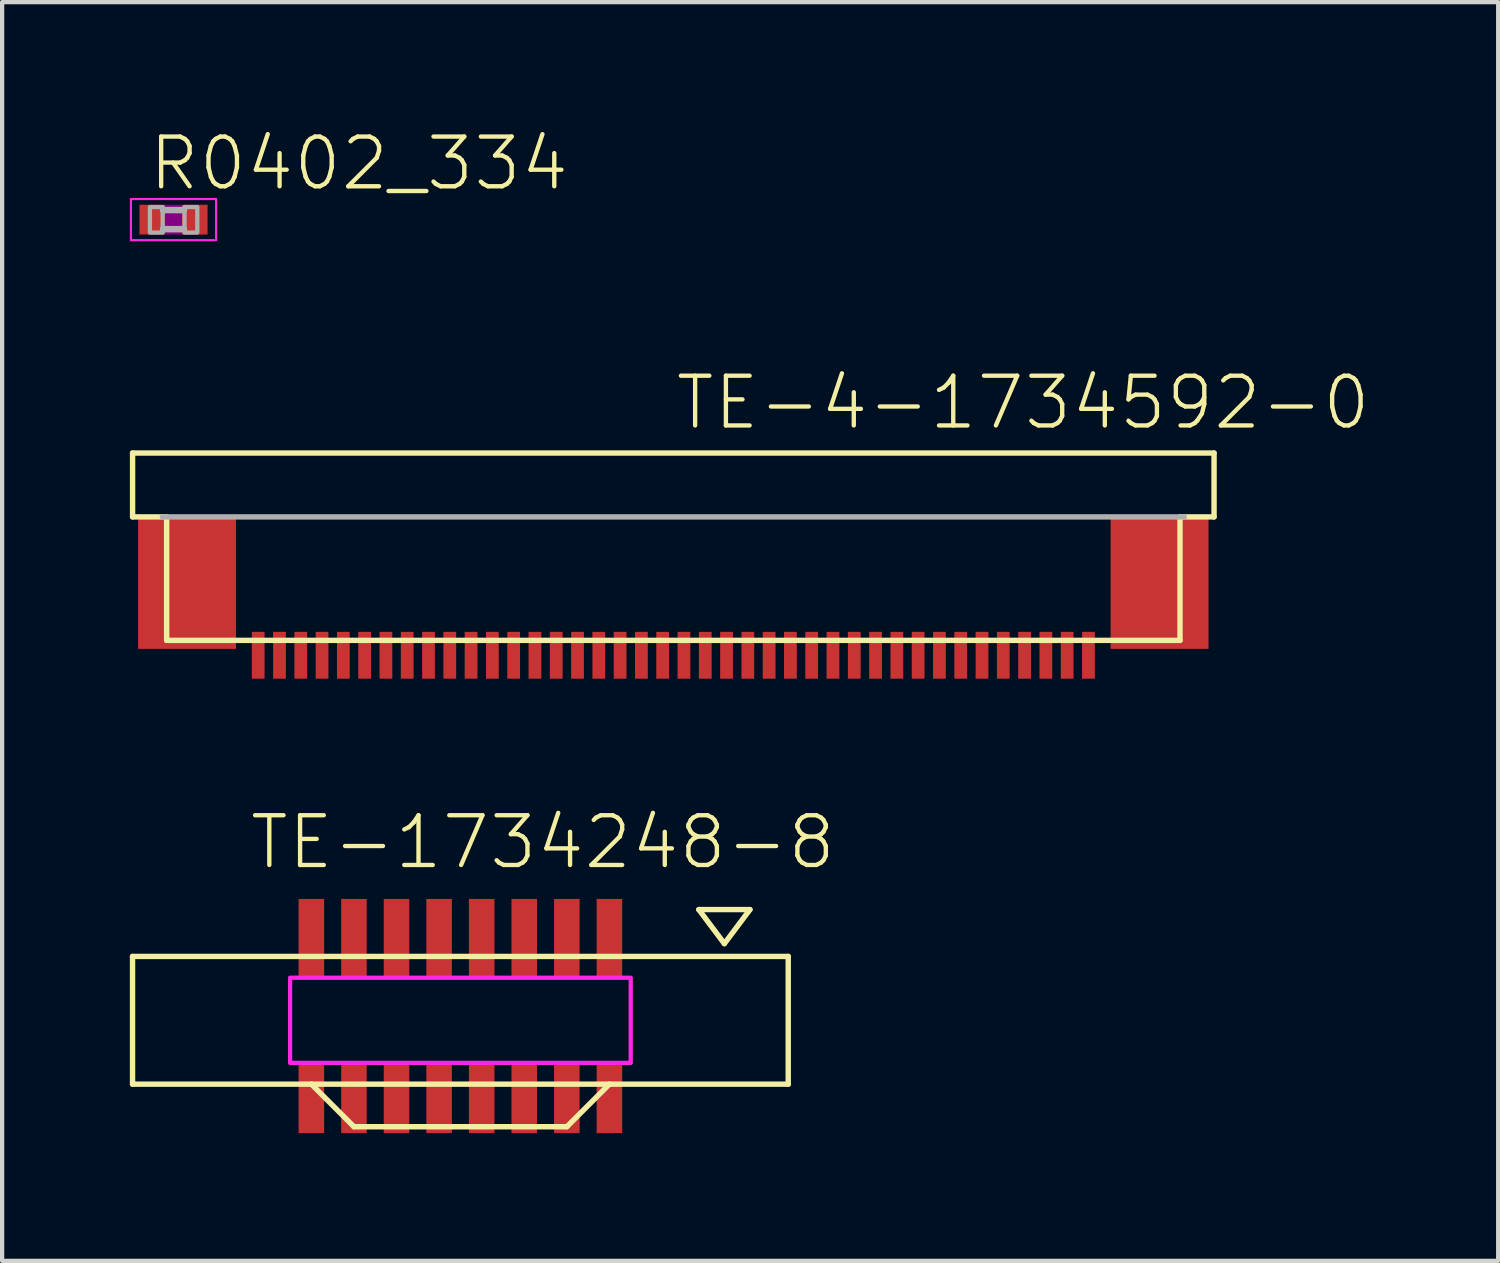
<source format=kicad_pcb>
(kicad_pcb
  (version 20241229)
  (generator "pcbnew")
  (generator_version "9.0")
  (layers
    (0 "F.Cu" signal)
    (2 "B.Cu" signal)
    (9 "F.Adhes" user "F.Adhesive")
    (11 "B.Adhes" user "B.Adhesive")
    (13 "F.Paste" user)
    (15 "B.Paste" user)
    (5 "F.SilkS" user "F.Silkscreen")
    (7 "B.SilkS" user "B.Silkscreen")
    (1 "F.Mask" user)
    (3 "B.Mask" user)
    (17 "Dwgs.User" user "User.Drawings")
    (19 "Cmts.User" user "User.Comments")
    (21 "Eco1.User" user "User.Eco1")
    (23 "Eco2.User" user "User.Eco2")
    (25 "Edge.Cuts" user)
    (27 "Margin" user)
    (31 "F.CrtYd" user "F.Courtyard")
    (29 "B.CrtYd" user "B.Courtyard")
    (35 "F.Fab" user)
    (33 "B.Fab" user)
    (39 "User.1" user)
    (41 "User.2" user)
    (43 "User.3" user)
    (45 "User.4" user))
  (footprint "TE-1734248-8"
    (layer "F.Cu")
    (at 7.763 20.913)
    (property "Reference" "TE-1734248-8" (at -5 -3.5 0) (unlocked yes) (layer "F.SilkS") (effects (font (size 1.168 1.168) (thickness 0.102)) (justify left bottom)))
    (fp_line (start -7.7 -1.5) (end 7.7 -1.5) (stroke (width 0.127) (type solid)) (layer "F.SilkS"))
    (fp_line (start -7.7 1.5) (end -7.7 -1.5) (stroke (width 0.127) (type solid)) (layer "F.SilkS"))
    (fp_line (start -3.5 1.5) (end -7.7 1.5) (stroke (width 0.127) (type solid)) (layer "F.SilkS"))
    (fp_line (start -2.5 2.5) (end -3.5 1.5) (stroke (width 0.127) (type solid)) (layer "F.SilkS"))
    (fp_line (start -2.5 2.5) (end 2.5 2.5) (stroke (width 0.127) (type solid)) (layer "F.SilkS"))
    (fp_line (start 2.5 2.5) (end 3.5 1.5) (stroke (width 0.127) (type solid)) (layer "F.SilkS"))
    (fp_line (start 3.5 1.5) (end -3.5 1.5) (stroke (width 0.127) (type solid)) (layer "F.SilkS"))
    (fp_line (start 5.6 -2.6) (end 6.8 -2.6) (stroke (width 0.127) (type solid)) (layer "F.SilkS"))
    (fp_line (start 6.2 -1.8) (end 5.6 -2.6) (stroke (width 0.127) (type solid)) (layer "F.SilkS"))
    (fp_line (start 6.8 -2.6) (end 6.2 -1.8) (stroke (width 0.127) (type solid)) (layer "F.SilkS"))
    (fp_line (start 7.7 -1.5) (end 7.7 1.5) (stroke (width 0.127) (type solid)) (layer "F.SilkS"))
    (fp_line (start 7.7 1.5) (end 3.5 1.5) (stroke (width 0.127) (type solid)) (layer "F.SilkS"))
    (fp_poly (pts (xy -4 1) (xy 4 1) (xy 4 -1) (xy -4 -1)) (stroke (width 0.1) (type default)) (fill no) (layer "F.CrtYd"))
    (pad "A1" smd rect (at 3.5 -1.925) (size 0.6 1.85) (layers "F.Cu" "F.Mask" "F.Paste"))
    (pad "A2" smd rect (at 2.5 -1.925) (size 0.6 1.85) (layers "F.Cu" "F.Mask" "F.Paste"))
    (pad "A3" smd rect (at 1.5 -1.925) (size 0.6 1.85) (layers "F.Cu" "F.Mask" "F.Paste"))
    (pad "A4" smd rect (at 0.5 -1.925) (size 0.6 1.85) (layers "F.Cu" "F.Mask" "F.Paste"))
    (pad "A5" smd rect (at -0.5 -1.925) (size 0.6 1.85) (layers "F.Cu" "F.Mask" "F.Paste"))
    (pad "A6" smd rect (at -1.5 -1.925) (size 0.6 1.85) (layers "F.Cu" "F.Mask" "F.Paste"))
    (pad "A7" smd rect (at -2.5 -1.925) (size 0.6 1.85) (layers "F.Cu" "F.Mask" "F.Paste"))
    (pad "A8" smd rect (at -3.5 -1.925) (size 0.6 1.85) (layers "F.Cu" "F.Mask" "F.Paste"))
    (pad "B1" smd rect (at 3.5 1.825) (size 0.6 1.65) (layers "F.Cu" "F.Mask" "F.Paste"))
    (pad "B2" smd rect (at 2.5 1.825) (size 0.6 1.65) (layers "F.Cu" "F.Mask" "F.Paste"))
    (pad "B3" smd rect (at 1.5 1.825) (size 0.6 1.65) (layers "F.Cu" "F.Mask" "F.Paste"))
    (pad "B4" smd rect (at 0.5 1.825) (size 0.6 1.65) (layers "F.Cu" "F.Mask" "F.Paste"))
    (pad "B5" smd rect (at -0.5 1.825) (size 0.6 1.65) (layers "F.Cu" "F.Mask" "F.Paste"))
    (pad "B6" smd rect (at -1.5 1.825) (size 0.6 1.65) (layers "F.Cu" "F.Mask" "F.Paste"))
    (pad "B7" smd rect (at -2.5 1.825) (size 0.6 1.65) (layers "F.Cu" "F.Mask" "F.Paste"))
    (pad "B8" smd rect (at -3.5 1.825) (size 0.6 1.65) (layers "F.Cu" "F.Mask" "F.Paste")))
  (footprint "R0402_334"
    (layer "F.Cu")
    (at 1.025 2.108)
    (property "Reference" "R0402_334" (at -0.635 -0.635 0) (unlocked yes) (layer "F.SilkS") (effects (font (size 1.168 1.168) (thickness 0.102)) (justify left bottom)))
    (fp_poly (pts (xy -0.2 0.35) (xy 0.2 0.35) (xy 0.2 -0.35) (xy -0.2 -0.35)) (stroke (width 0) (type default)) (fill yes) (layer "F.Adhes"))
    (fp_line (start -1 -0.483) (end 1 -0.483) (stroke (width 0.051) (type solid)) (layer "F.CrtYd"))
    (fp_line (start -1 0.483) (end -1 -0.483) (stroke (width 0.051) (type solid)) (layer "F.CrtYd"))
    (fp_line (start 1 -0.483) (end 1 0.483) (stroke (width 0.051) (type solid)) (layer "F.CrtYd"))
    (fp_line (start 1 0.483) (end -1 0.483) (stroke (width 0.051) (type solid)) (layer "F.CrtYd"))
    (fp_line (start -0.245 -0.224) (end 0.245 -0.224) (stroke (width 0.152) (type solid)) (layer "F.Fab"))
    (fp_line (start 0.245 0.224) (end -0.245 0.224) (stroke (width 0.152) (type solid)) (layer "F.Fab"))
    (fp_poly (pts (xy -0.554 0.305) (xy -0.254 0.305) (xy -0.254 -0.295) (xy -0.554 -0.295)) (stroke (width 0.1) (type default)) (fill no) (layer "F.Fab"))
    (fp_poly (pts (xy 0.259 0.305) (xy 0.559 0.305) (xy 0.559 -0.295) (xy 0.259 -0.295)) (stroke (width 0.1) (type default)) (fill no) (layer "F.Fab"))
    (pad "1" smd rect (at -0.5 0) (size 0.6 0.7) (layers "F.Cu" "F.Mask" "F.Paste"))
    (pad "2" smd rect (at 0.5 0) (size 0.6 0.7) (layers "F.Cu" "F.Mask" "F.Paste")))
  (footprint "TE-4-1734592-0"
    (layer "F.Cu")
    (at 12.764 7.59)
    (property "Reference" "TE-4-1734592-0" (at 0 -0.5 0) (unlocked yes) (layer "F.SilkS") (effects (font (size 1.168 1.168) (thickness 0.102)) (justify left bottom)))
    (fp_poly (pts (xy -9.95 5.35) (xy -9.55 5.35) (xy -9.55 4.15) (xy -9.95 4.15)) (stroke (width 0) (type default)) (fill yes) (layer "F.Mask"))
    (fp_poly (pts (xy -9.45 5.35) (xy -9.05 5.35) (xy -9.05 4.15) (xy -9.45 4.15)) (stroke (width 0) (type default)) (fill yes) (layer "F.Mask"))
    (fp_poly (pts (xy -8.95 5.35) (xy -8.55 5.35) (xy -8.55 4.15) (xy -8.95 4.15)) (stroke (width 0) (type default)) (fill yes) (layer "F.Mask"))
    (fp_poly (pts (xy -8.45 5.35) (xy -8.05 5.35) (xy -8.05 4.15) (xy -8.45 4.15)) (stroke (width 0) (type default)) (fill yes) (layer "F.Mask"))
    (fp_poly (pts (xy -7.95 5.35) (xy -7.55 5.35) (xy -7.55 4.15) (xy -7.95 4.15)) (stroke (width 0) (type default)) (fill yes) (layer "F.Mask"))
    (fp_poly (pts (xy -7.45 5.35) (xy -7.05 5.35) (xy -7.05 4.15) (xy -7.45 4.15)) (stroke (width 0) (type default)) (fill yes) (layer "F.Mask"))
    (fp_poly (pts (xy -6.95 5.35) (xy -6.55 5.35) (xy -6.55 4.15) (xy -6.95 4.15)) (stroke (width 0) (type default)) (fill yes) (layer "F.Mask"))
    (fp_poly (pts (xy -6.45 5.35) (xy -6.05 5.35) (xy -6.05 4.15) (xy -6.45 4.15)) (stroke (width 0) (type default)) (fill yes) (layer "F.Mask"))
    (fp_poly (pts (xy -5.95 5.35) (xy -5.55 5.35) (xy -5.55 4.15) (xy -5.95 4.15)) (stroke (width 0) (type default)) (fill yes) (layer "F.Mask"))
    (fp_poly (pts (xy -5.45 5.35) (xy -5.05 5.35) (xy -5.05 4.15) (xy -5.45 4.15)) (stroke (width 0) (type default)) (fill yes) (layer "F.Mask"))
    (fp_poly (pts (xy -4.95 5.35) (xy -4.55 5.35) (xy -4.55 4.15) (xy -4.95 4.15)) (stroke (width 0) (type default)) (fill yes) (layer "F.Mask"))
    (fp_poly (pts (xy -4.45 5.35) (xy -4.05 5.35) (xy -4.05 4.15) (xy -4.45 4.15)) (stroke (width 0) (type default)) (fill yes) (layer "F.Mask"))
    (fp_poly (pts (xy -3.95 5.35) (xy -3.55 5.35) (xy -3.55 4.15) (xy -3.95 4.15)) (stroke (width 0) (type default)) (fill yes) (layer "F.Mask"))
    (fp_poly (pts (xy -3.45 5.35) (xy -3.05 5.35) (xy -3.05 4.15) (xy -3.45 4.15)) (stroke (width 0) (type default)) (fill yes) (layer "F.Mask"))
    (fp_poly (pts (xy -2.95 5.35) (xy -2.55 5.35) (xy -2.55 4.15) (xy -2.95 4.15)) (stroke (width 0) (type default)) (fill yes) (layer "F.Mask"))
    (fp_poly (pts (xy -2.45 5.35) (xy -2.05 5.35) (xy -2.05 4.15) (xy -2.45 4.15)) (stroke (width 0) (type default)) (fill yes) (layer "F.Mask"))
    (fp_poly (pts (xy -1.95 5.35) (xy -1.55 5.35) (xy -1.55 4.15) (xy -1.95 4.15)) (stroke (width 0) (type default)) (fill yes) (layer "F.Mask"))
    (fp_poly (pts (xy -1.45 5.35) (xy -1.05 5.35) (xy -1.05 4.15) (xy -1.45 4.15)) (stroke (width 0) (type default)) (fill yes) (layer "F.Mask"))
    (fp_poly (pts (xy -0.95 5.35) (xy -0.55 5.35) (xy -0.55 4.15) (xy -0.95 4.15)) (stroke (width 0) (type default)) (fill yes) (layer "F.Mask"))
    (fp_poly (pts (xy -0.45 5.35) (xy -0.05 5.35) (xy -0.05 4.15) (xy -0.45 4.15)) (stroke (width 0) (type default)) (fill yes) (layer "F.Mask"))
    (fp_poly (pts (xy 0.05 5.35) (xy 0.45 5.35) (xy 0.45 4.15) (xy 0.05 4.15)) (stroke (width 0) (type default)) (fill yes) (layer "F.Mask"))
    (fp_poly (pts (xy 0.55 5.35) (xy 0.95 5.35) (xy 0.95 4.15) (xy 0.55 4.15)) (stroke (width 0) (type default)) (fill yes) (layer "F.Mask"))
    (fp_poly (pts (xy 1.05 5.35) (xy 1.45 5.35) (xy 1.45 4.15) (xy 1.05 4.15)) (stroke (width 0) (type default)) (fill yes) (layer "F.Mask"))
    (fp_poly (pts (xy 1.55 5.35) (xy 1.95 5.35) (xy 1.95 4.15) (xy 1.55 4.15)) (stroke (width 0) (type default)) (fill yes) (layer "F.Mask"))
    (fp_poly (pts (xy 2.05 5.35) (xy 2.45 5.35) (xy 2.45 4.15) (xy 2.05 4.15)) (stroke (width 0) (type default)) (fill yes) (layer "F.Mask"))
    (fp_poly (pts (xy 2.55 5.35) (xy 2.95 5.35) (xy 2.95 4.15) (xy 2.55 4.15)) (stroke (width 0) (type default)) (fill yes) (layer "F.Mask"))
    (fp_poly (pts (xy 3.05 5.35) (xy 3.45 5.35) (xy 3.45 4.15) (xy 3.05 4.15)) (stroke (width 0) (type default)) (fill yes) (layer "F.Mask"))
    (fp_poly (pts (xy 3.55 5.35) (xy 3.95 5.35) (xy 3.95 4.15) (xy 3.55 4.15)) (stroke (width 0) (type default)) (fill yes) (layer "F.Mask"))
    (fp_poly (pts (xy 4.05 5.35) (xy 4.45 5.35) (xy 4.45 4.15) (xy 4.05 4.15)) (stroke (width 0) (type default)) (fill yes) (layer "F.Mask"))
    (fp_poly (pts (xy 4.55 5.35) (xy 4.95 5.35) (xy 4.95 4.15) (xy 4.55 4.15)) (stroke (width 0) (type default)) (fill yes) (layer "F.Mask"))
    (fp_poly (pts (xy 5.05 5.35) (xy 5.45 5.35) (xy 5.45 4.15) (xy 5.05 4.15)) (stroke (width 0) (type default)) (fill yes) (layer "F.Mask"))
    (fp_poly (pts (xy 5.55 5.35) (xy 5.95 5.35) (xy 5.95 4.15) (xy 5.55 4.15)) (stroke (width 0) (type default)) (fill yes) (layer "F.Mask"))
    (fp_poly (pts (xy 6.05 5.35) (xy 6.45 5.35) (xy 6.45 4.15) (xy 6.05 4.15)) (stroke (width 0) (type default)) (fill yes) (layer "F.Mask"))
    (fp_poly (pts (xy 6.55 5.35) (xy 6.95 5.35) (xy 6.95 4.15) (xy 6.55 4.15)) (stroke (width 0) (type default)) (fill yes) (layer "F.Mask"))
    (fp_poly (pts (xy 7.05 5.35) (xy 7.45 5.35) (xy 7.45 4.15) (xy 7.05 4.15)) (stroke (width 0) (type default)) (fill yes) (layer "F.Mask"))
    (fp_poly (pts (xy 7.55 5.35) (xy 7.95 5.35) (xy 7.95 4.15) (xy 7.55 4.15)) (stroke (width 0) (type default)) (fill yes) (layer "F.Mask"))
    (fp_poly (pts (xy 8.05 5.35) (xy 8.45 5.35) (xy 8.45 4.15) (xy 8.05 4.15)) (stroke (width 0) (type default)) (fill yes) (layer "F.Mask"))
    (fp_poly (pts (xy 8.55 5.35) (xy 8.95 5.35) (xy 8.95 4.15) (xy 8.55 4.15)) (stroke (width 0) (type default)) (fill yes) (layer "F.Mask"))
    (fp_poly (pts (xy 9.05 5.35) (xy 9.45 5.35) (xy 9.45 4.15) (xy 9.05 4.15)) (stroke (width 0) (type default)) (fill yes) (layer "F.Mask"))
    (fp_poly (pts (xy 9.55 5.35) (xy 9.95 5.35) (xy 9.95 4.15) (xy 9.55 4.15)) (stroke (width 0) (type default)) (fill yes) (layer "F.Mask"))
    (fp_line (start -12.7 0) (end -12.7 1.5) (stroke (width 0.127) (type solid)) (layer "F.SilkS"))
    (fp_line (start -12.7 0) (end 12.7 0) (stroke (width 0.127) (type solid)) (layer "F.SilkS"))
    (fp_line (start -12.7 1.5) (end -11.9 1.5) (stroke (width 0.127) (type solid)) (layer "F.SilkS"))
    (fp_line (start -11.9 1.5) (end -11.9 4.4) (stroke (width 0.127) (type solid)) (layer "F.SilkS"))
    (fp_line (start -11.9 4.4) (end 11.9 4.4) (stroke (width 0.127) (type solid)) (layer "F.SilkS"))
    (fp_line (start 11.9 4.4) (end 11.9 1.5) (stroke (width 0.127) (type solid)) (layer "F.SilkS"))
    (fp_line (start 12.7 0) (end 12.7 1.5) (stroke (width 0.127) (type solid)) (layer "F.SilkS"))
    (fp_line (start 12.7 1.5) (end 11.9 1.5) (stroke (width 0.127) (type solid)) (layer "F.SilkS"))
    (fp_line (start -12 1.5) (end 12 1.5) (stroke (width 0.127) (type solid)) (layer "F.Fab"))
    (pad "1" smd rect (at -9.75 4.75) (size 0.3 1.1) (layers "F.Cu" "F.Paste"))
    (pad "2" smd rect (at -9.25 4.75) (size 0.3 1.1) (layers "F.Cu" "F.Paste"))
    (pad "3" smd rect (at -8.75 4.75) (size 0.3 1.1) (layers "F.Cu" "F.Paste"))
    (pad "4" smd rect (at -8.25 4.75) (size 0.3 1.1) (layers "F.Cu" "F.Paste"))
    (pad "5" smd rect (at -7.75 4.75) (size 0.3 1.1) (layers "F.Cu" "F.Paste"))
    (pad "6" smd rect (at -7.25 4.75) (size 0.3 1.1) (layers "F.Cu" "F.Paste"))
    (pad "7" smd rect (at -6.75 4.75) (size 0.3 1.1) (layers "F.Cu" "F.Paste"))
    (pad "8" smd rect (at -6.25 4.75) (size 0.3 1.1) (layers "F.Cu" "F.Paste"))
    (pad "9" smd rect (at -5.75 4.75) (size 0.3 1.1) (layers "F.Cu" "F.Paste"))
    (pad "10" smd rect (at -5.25 4.75) (size 0.3 1.1) (layers "F.Cu" "F.Paste"))
    (pad "11" smd rect (at -4.75 4.75) (size 0.3 1.1) (layers "F.Cu" "F.Paste"))
    (pad "12" smd rect (at -4.25 4.75) (size 0.3 1.1) (layers "F.Cu" "F.Paste"))
    (pad "13" smd rect (at -3.75 4.75) (size 0.3 1.1) (layers "F.Cu" "F.Paste"))
    (pad "14" smd rect (at -3.25 4.75) (size 0.3 1.1) (layers "F.Cu" "F.Paste"))
    (pad "15" smd rect (at -2.75 4.75) (size 0.3 1.1) (layers "F.Cu" "F.Paste"))
    (pad "16" smd rect (at -2.25 4.75) (size 0.3 1.1) (layers "F.Cu" "F.Paste"))
    (pad "17" smd rect (at -1.75 4.75) (size 0.3 1.1) (layers "F.Cu" "F.Paste"))
    (pad "18" smd rect (at -1.25 4.75) (size 0.3 1.1) (layers "F.Cu" "F.Paste"))
    (pad "19" smd rect (at -0.75 4.75) (size 0.3 1.1) (layers "F.Cu" "F.Paste"))
    (pad "20" smd rect (at -0.25 4.75) (size 0.3 1.1) (layers "F.Cu" "F.Paste"))
    (pad "21" smd rect (at 0.25 4.75) (size 0.3 1.1) (layers "F.Cu" "F.Paste"))
    (pad "22" smd rect (at 0.75 4.75) (size 0.3 1.1) (layers "F.Cu" "F.Paste"))
    (pad "23" smd rect (at 1.25 4.75) (size 0.3 1.1) (layers "F.Cu" "F.Paste"))
    (pad "24" smd rect (at 1.75 4.75) (size 0.3 1.1) (layers "F.Cu" "F.Paste"))
    (pad "25" smd rect (at 2.25 4.75) (size 0.3 1.1) (layers "F.Cu" "F.Paste"))
    (pad "26" smd rect (at 2.75 4.75) (size 0.3 1.1) (layers "F.Cu" "F.Paste"))
    (pad "27" smd rect (at 3.25 4.75) (size 0.3 1.1) (layers "F.Cu" "F.Paste"))
    (pad "28" smd rect (at 3.75 4.75) (size 0.3 1.1) (layers "F.Cu" "F.Paste"))
    (pad "29" smd rect (at 4.25 4.75) (size 0.3 1.1) (layers "F.Cu" "F.Paste"))
    (pad "30" smd rect (at 4.75 4.75) (size 0.3 1.1) (layers "F.Cu" "F.Paste"))
    (pad "31" smd rect (at 5.25 4.75) (size 0.3 1.1) (layers "F.Cu" "F.Paste"))
    (pad "32" smd rect (at 5.75 4.75) (size 0.3 1.1) (layers "F.Cu" "F.Paste"))
    (pad "33" smd rect (at 6.25 4.75) (size 0.3 1.1) (layers "F.Cu" "F.Paste"))
    (pad "34" smd rect (at 6.75 4.75) (size 0.3 1.1) (layers "F.Cu" "F.Paste"))
    (pad "35" smd rect (at 7.25 4.75) (size 0.3 1.1) (layers "F.Cu" "F.Paste"))
    (pad "36" smd rect (at 7.75 4.75) (size 0.3 1.1) (layers "F.Cu" "F.Paste"))
    (pad "37" smd rect (at 8.25 4.75) (size 0.3 1.1) (layers "F.Cu" "F.Paste"))
    (pad "38" smd rect (at 8.75 4.75) (size 0.3 1.1) (layers "F.Cu" "F.Paste"))
    (pad "39" smd rect (at 9.25 4.75) (size 0.3 1.1) (layers "F.Cu" "F.Paste"))
    (pad "40" smd rect (at 9.75 4.75) (size 0.3 1.1) (layers "F.Cu" "F.Paste"))
    (pad "P1" smd rect (at -11.42 3.05) (size 2.3 3.1) (layers "F.Cu" "F.Mask" "F.Paste"))
    (pad "P2" smd rect (at 11.42 3.05) (size 2.3 3.1) (layers "F.Cu" "F.Mask" "F.Paste")))
  (gr_rect
    (start -3 -3)
    (end 32.137 26.563)
    (stroke (width 0.1) (type default))
    (fill no)
    (layer "Edge.Cuts")))
</source>
